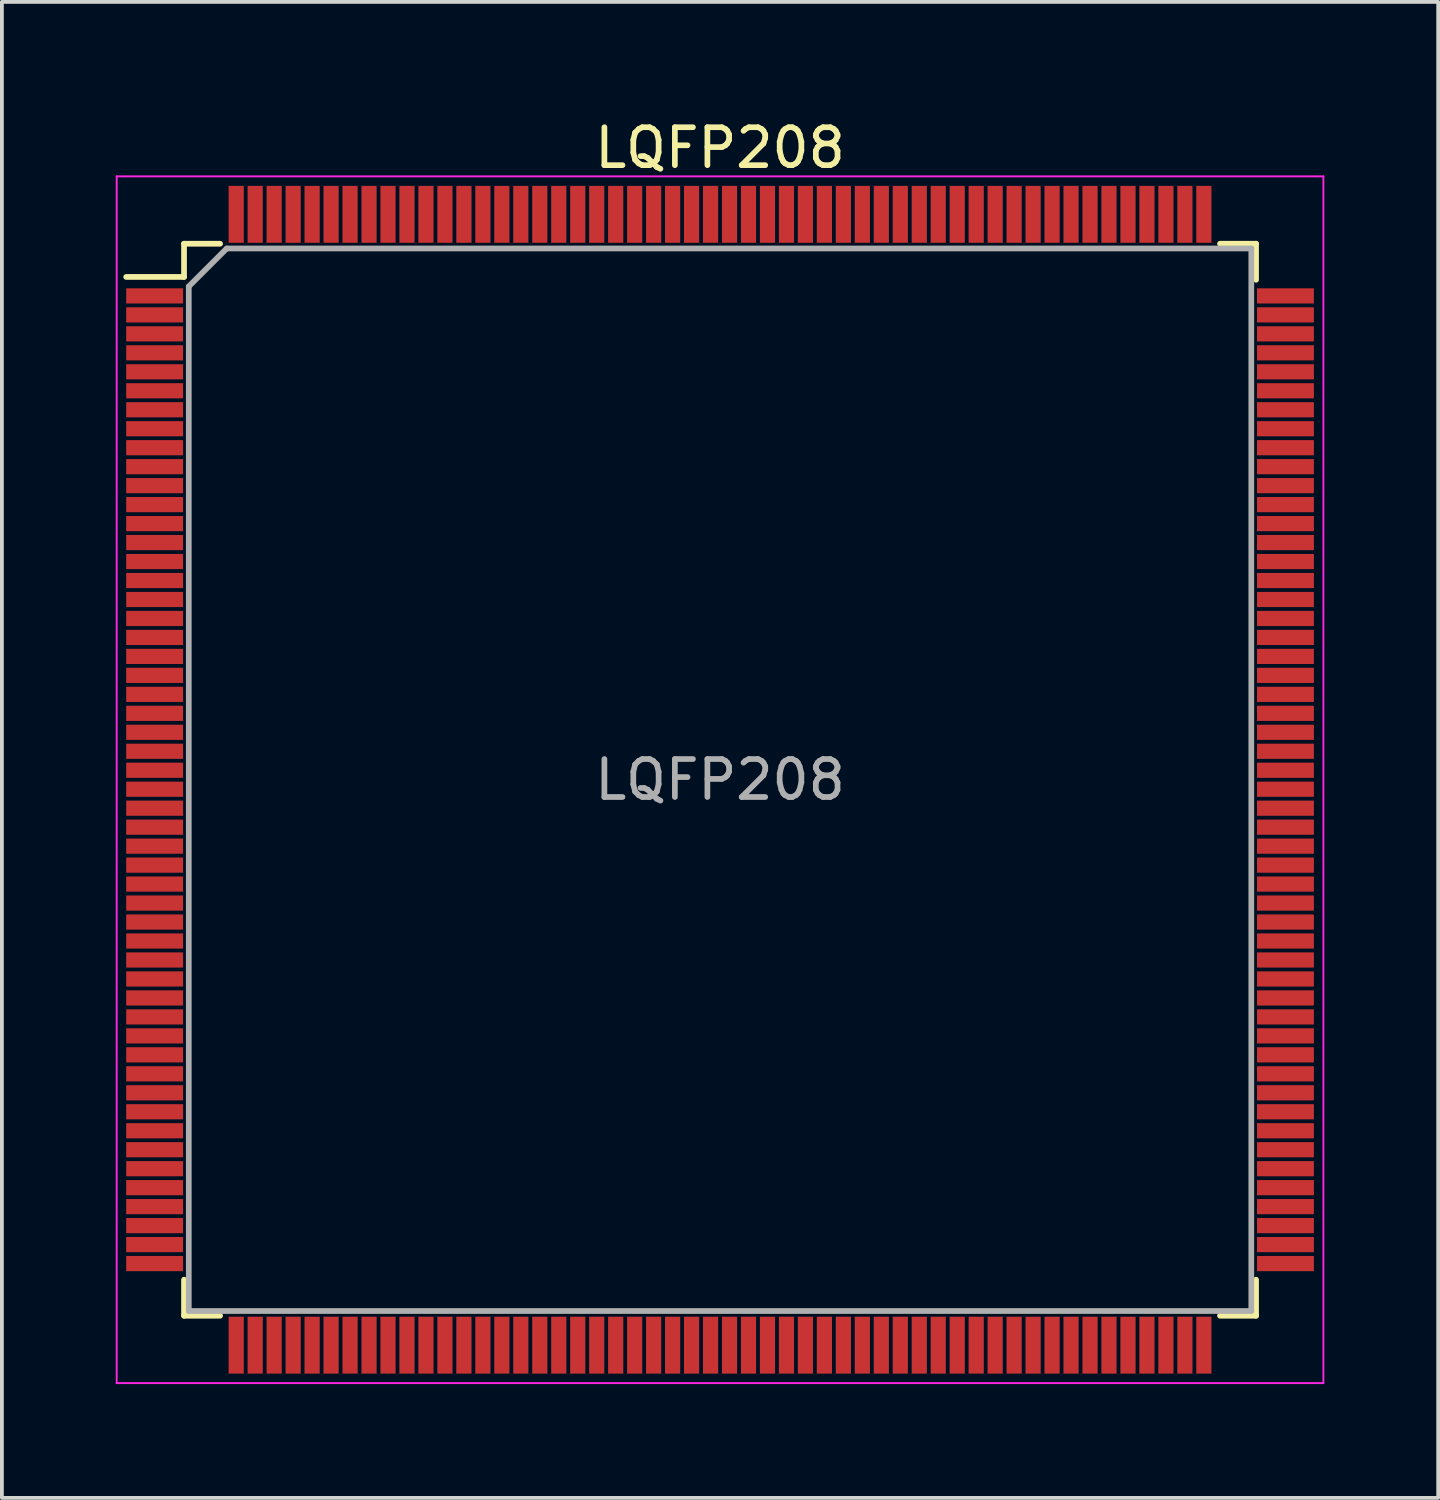
<source format=kicad_pcb>
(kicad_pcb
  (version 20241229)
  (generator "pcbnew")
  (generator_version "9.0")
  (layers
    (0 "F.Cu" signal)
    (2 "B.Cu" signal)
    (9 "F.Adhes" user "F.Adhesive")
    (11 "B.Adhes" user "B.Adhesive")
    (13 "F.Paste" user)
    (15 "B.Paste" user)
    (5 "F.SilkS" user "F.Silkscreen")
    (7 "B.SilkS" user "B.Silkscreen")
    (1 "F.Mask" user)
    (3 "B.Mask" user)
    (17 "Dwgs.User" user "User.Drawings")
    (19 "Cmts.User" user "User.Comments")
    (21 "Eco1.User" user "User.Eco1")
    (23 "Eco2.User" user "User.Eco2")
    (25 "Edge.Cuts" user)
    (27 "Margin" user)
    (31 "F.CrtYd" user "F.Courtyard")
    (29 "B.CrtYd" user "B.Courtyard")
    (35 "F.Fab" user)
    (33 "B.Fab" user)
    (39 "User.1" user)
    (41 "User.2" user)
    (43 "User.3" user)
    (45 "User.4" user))
  (footprint "LQFP208"
    (layer "F.Cu")
    (at 15.925 17.498)
    (property "Reference" "LQFP208" (at 0 -16.65 0) (layer "F.SilkS") (effects (font (size 1 1) (thickness 0.15))))
    (attr smd)
    (fp_line (start -14.125 -14.125) (end -14.125 -13.25) (stroke (width 0.15) (type solid)) (layer "F.SilkS"))
    (fp_line (start -14.125 -14.125) (end -13.175 -14.125) (stroke (width 0.15) (type solid)) (layer "F.SilkS"))
    (fp_line (start -14.125 -13.25) (end -15.65 -13.25) (stroke (width 0.15) (type solid)) (layer "F.SilkS"))
    (fp_line (start -14.125 14.125) (end -14.125 13.175) (stroke (width 0.15) (type solid)) (layer "F.SilkS"))
    (fp_line (start -14.125 14.125) (end -13.175 14.125) (stroke (width 0.15) (type solid)) (layer "F.SilkS"))
    (fp_line (start 14.125 -14.125) (end 13.175 -14.125) (stroke (width 0.15) (type solid)) (layer "F.SilkS"))
    (fp_line (start 14.125 -14.125) (end 14.125 -13.175) (stroke (width 0.15) (type solid)) (layer "F.SilkS"))
    (fp_line (start 14.125 14.125) (end 13.175 14.125) (stroke (width 0.15) (type solid)) (layer "F.SilkS"))
    (fp_line (start 14.125 14.125) (end 14.125 13.175) (stroke (width 0.15) (type solid)) (layer "F.SilkS"))
    (fp_line (start -15.9 -15.9) (end -15.9 15.9) (stroke (width 0.05) (type solid)) (layer "F.CrtYd"))
    (fp_line (start -15.9 -15.9) (end 15.9 -15.9) (stroke (width 0.05) (type solid)) (layer "F.CrtYd"))
    (fp_line (start -15.9 15.9) (end 15.9 15.9) (stroke (width 0.05) (type solid)) (layer "F.CrtYd"))
    (fp_line (start 15.9 -15.9) (end 15.9 15.9) (stroke (width 0.05) (type solid)) (layer "F.CrtYd"))
    (fp_line (start -14 -13) (end -13 -14) (stroke (width 0.15) (type solid)) (layer "F.Fab"))
    (fp_line (start -14 14) (end -14 -13) (stroke (width 0.15) (type solid)) (layer "F.Fab"))
    (fp_line (start -13 -14) (end 14 -14) (stroke (width 0.15) (type solid)) (layer "F.Fab"))
    (fp_line (start 14 -14) (end 14 14) (stroke (width 0.15) (type solid)) (layer "F.Fab"))
    (fp_line (start 14 14) (end -14 14) (stroke (width 0.15) (type solid)) (layer "F.Fab"))
    (fp_text user "${REFERENCE}" (at 0 0 0) (layer "F.Fab") (effects (font (size 1 1) (thickness 0.15))))
    (pad "1" smd rect (at -14.9 -12.75) (size 1.5 0.4) (layers "F.Cu" "F.Mask" "F.Paste"))
    (pad "2" smd rect (at -14.9 -12.25) (size 1.5 0.4) (layers "F.Cu" "F.Mask" "F.Paste"))
    (pad "3" smd rect (at -14.9 -11.75) (size 1.5 0.4) (layers "F.Cu" "F.Mask" "F.Paste"))
    (pad "4" smd rect (at -14.9 -11.25) (size 1.5 0.4) (layers "F.Cu" "F.Mask" "F.Paste"))
    (pad "5" smd rect (at -14.9 -10.75) (size 1.5 0.4) (layers "F.Cu" "F.Mask" "F.Paste"))
    (pad "6" smd rect (at -14.9 -10.25) (size 1.5 0.4) (layers "F.Cu" "F.Mask" "F.Paste"))
    (pad "7" smd rect (at -14.9 -9.75) (size 1.5 0.4) (layers "F.Cu" "F.Mask" "F.Paste"))
    (pad "8" smd rect (at -14.9 -9.25) (size 1.5 0.4) (layers "F.Cu" "F.Mask" "F.Paste"))
    (pad "9" smd rect (at -14.9 -8.75) (size 1.5 0.4) (layers "F.Cu" "F.Mask" "F.Paste"))
    (pad "10" smd rect (at -14.9 -8.25) (size 1.5 0.4) (layers "F.Cu" "F.Mask" "F.Paste"))
    (pad "11" smd rect (at -14.9 -7.75) (size 1.5 0.4) (layers "F.Cu" "F.Mask" "F.Paste"))
    (pad "12" smd rect (at -14.9 -7.25) (size 1.5 0.4) (layers "F.Cu" "F.Mask" "F.Paste"))
    (pad "13" smd rect (at -14.9 -6.75) (size 1.5 0.4) (layers "F.Cu" "F.Mask" "F.Paste"))
    (pad "14" smd rect (at -14.9 -6.25) (size 1.5 0.4) (layers "F.Cu" "F.Mask" "F.Paste"))
    (pad "15" smd rect (at -14.9 -5.75) (size 1.5 0.4) (layers "F.Cu" "F.Mask" "F.Paste"))
    (pad "16" smd rect (at -14.9 -5.25) (size 1.5 0.4) (layers "F.Cu" "F.Mask" "F.Paste"))
    (pad "17" smd rect (at -14.9 -4.75) (size 1.5 0.4) (layers "F.Cu" "F.Mask" "F.Paste"))
    (pad "18" smd rect (at -14.9 -4.25) (size 1.5 0.4) (layers "F.Cu" "F.Mask" "F.Paste"))
    (pad "19" smd rect (at -14.9 -3.75) (size 1.5 0.4) (layers "F.Cu" "F.Mask" "F.Paste"))
    (pad "20" smd rect (at -14.9 -3.25) (size 1.5 0.4) (layers "F.Cu" "F.Mask" "F.Paste"))
    (pad "21" smd rect (at -14.9 -2.75) (size 1.5 0.4) (layers "F.Cu" "F.Mask" "F.Paste"))
    (pad "22" smd rect (at -14.9 -2.25) (size 1.5 0.4) (layers "F.Cu" "F.Mask" "F.Paste"))
    (pad "23" smd rect (at -14.9 -1.75) (size 1.5 0.4) (layers "F.Cu" "F.Mask" "F.Paste"))
    (pad "24" smd rect (at -14.9 -1.25) (size 1.5 0.4) (layers "F.Cu" "F.Mask" "F.Paste"))
    (pad "25" smd rect (at -14.9 -0.75) (size 1.5 0.4) (layers "F.Cu" "F.Mask" "F.Paste"))
    (pad "26" smd rect (at -14.9 -0.25) (size 1.5 0.4) (layers "F.Cu" "F.Mask" "F.Paste"))
    (pad "27" smd rect (at -14.9 0.25) (size 1.5 0.4) (layers "F.Cu" "F.Mask" "F.Paste"))
    (pad "28" smd rect (at -14.9 0.75) (size 1.5 0.4) (layers "F.Cu" "F.Mask" "F.Paste"))
    (pad "29" smd rect (at -14.9 1.25) (size 1.5 0.4) (layers "F.Cu" "F.Mask" "F.Paste"))
    (pad "30" smd rect (at -14.9 1.75) (size 1.5 0.4) (layers "F.Cu" "F.Mask" "F.Paste"))
    (pad "31" smd rect (at -14.9 2.25) (size 1.5 0.4) (layers "F.Cu" "F.Mask" "F.Paste"))
    (pad "32" smd rect (at -14.9 2.75) (size 1.5 0.4) (layers "F.Cu" "F.Mask" "F.Paste"))
    (pad "33" smd rect (at -14.9 3.25) (size 1.5 0.4) (layers "F.Cu" "F.Mask" "F.Paste"))
    (pad "34" smd rect (at -14.9 3.75) (size 1.5 0.4) (layers "F.Cu" "F.Mask" "F.Paste"))
    (pad "35" smd rect (at -14.9 4.25) (size 1.5 0.4) (layers "F.Cu" "F.Mask" "F.Paste"))
    (pad "36" smd rect (at -14.9 4.75) (size 1.5 0.4) (layers "F.Cu" "F.Mask" "F.Paste"))
    (pad "37" smd rect (at -14.9 5.25) (size 1.5 0.4) (layers "F.Cu" "F.Mask" "F.Paste"))
    (pad "38" smd rect (at -14.9 5.75) (size 1.5 0.4) (layers "F.Cu" "F.Mask" "F.Paste"))
    (pad "39" smd rect (at -14.9 6.25) (size 1.5 0.4) (layers "F.Cu" "F.Mask" "F.Paste"))
    (pad "40" smd rect (at -14.9 6.75) (size 1.5 0.4) (layers "F.Cu" "F.Mask" "F.Paste"))
    (pad "41" smd rect (at -14.9 7.25) (size 1.5 0.4) (layers "F.Cu" "F.Mask" "F.Paste"))
    (pad "42" smd rect (at -14.9 7.75) (size 1.5 0.4) (layers "F.Cu" "F.Mask" "F.Paste"))
    (pad "43" smd rect (at -14.9 8.25) (size 1.5 0.4) (layers "F.Cu" "F.Mask" "F.Paste"))
    (pad "44" smd rect (at -14.9 8.75) (size 1.5 0.4) (layers "F.Cu" "F.Mask" "F.Paste"))
    (pad "45" smd rect (at -14.9 9.25) (size 1.5 0.4) (layers "F.Cu" "F.Mask" "F.Paste"))
    (pad "46" smd rect (at -14.9 9.75) (size 1.5 0.4) (layers "F.Cu" "F.Mask" "F.Paste"))
    (pad "47" smd rect (at -14.9 10.25) (size 1.5 0.4) (layers "F.Cu" "F.Mask" "F.Paste"))
    (pad "48" smd rect (at -14.9 10.75) (size 1.5 0.4) (layers "F.Cu" "F.Mask" "F.Paste"))
    (pad "49" smd rect (at -14.9 11.25) (size 1.5 0.4) (layers "F.Cu" "F.Mask" "F.Paste"))
    (pad "50" smd rect (at -14.9 11.75) (size 1.5 0.4) (layers "F.Cu" "F.Mask" "F.Paste"))
    (pad "51" smd rect (at -14.9 12.25) (size 1.5 0.4) (layers "F.Cu" "F.Mask" "F.Paste"))
    (pad "52" smd rect (at -14.9 12.75) (size 1.5 0.4) (layers "F.Cu" "F.Mask" "F.Paste"))
    (pad "53" smd rect (at -12.75 14.9 90) (size 1.5 0.4) (layers "F.Cu" "F.Mask" "F.Paste"))
    (pad "54" smd rect (at -12.25 14.9 90) (size 1.5 0.4) (layers "F.Cu" "F.Mask" "F.Paste"))
    (pad "55" smd rect (at -11.75 14.9 90) (size 1.5 0.4) (layers "F.Cu" "F.Mask" "F.Paste"))
    (pad "56" smd rect (at -11.25 14.9 90) (size 1.5 0.4) (layers "F.Cu" "F.Mask" "F.Paste"))
    (pad "57" smd rect (at -10.75 14.9 90) (size 1.5 0.4) (layers "F.Cu" "F.Mask" "F.Paste"))
    (pad "58" smd rect (at -10.25 14.9 90) (size 1.5 0.4) (layers "F.Cu" "F.Mask" "F.Paste"))
    (pad "59" smd rect (at -9.75 14.9 90) (size 1.5 0.4) (layers "F.Cu" "F.Mask" "F.Paste"))
    (pad "60" smd rect (at -9.25 14.9 90) (size 1.5 0.4) (layers "F.Cu" "F.Mask" "F.Paste"))
    (pad "61" smd rect (at -8.75 14.9 90) (size 1.5 0.4) (layers "F.Cu" "F.Mask" "F.Paste"))
    (pad "62" smd rect (at -8.25 14.9 90) (size 1.5 0.4) (layers "F.Cu" "F.Mask" "F.Paste"))
    (pad "63" smd rect (at -7.75 14.9 90) (size 1.5 0.4) (layers "F.Cu" "F.Mask" "F.Paste"))
    (pad "64" smd rect (at -7.25 14.9 90) (size 1.5 0.4) (layers "F.Cu" "F.Mask" "F.Paste"))
    (pad "65" smd rect (at -6.75 14.9 90) (size 1.5 0.4) (layers "F.Cu" "F.Mask" "F.Paste"))
    (pad "66" smd rect (at -6.25 14.9 90) (size 1.5 0.4) (layers "F.Cu" "F.Mask" "F.Paste"))
    (pad "67" smd rect (at -5.75 14.9 90) (size 1.5 0.4) (layers "F.Cu" "F.Mask" "F.Paste"))
    (pad "68" smd rect (at -5.25 14.9 90) (size 1.5 0.4) (layers "F.Cu" "F.Mask" "F.Paste"))
    (pad "69" smd rect (at -4.75 14.9 90) (size 1.5 0.4) (layers "F.Cu" "F.Mask" "F.Paste"))
    (pad "70" smd rect (at -4.25 14.9 90) (size 1.5 0.4) (layers "F.Cu" "F.Mask" "F.Paste"))
    (pad "71" smd rect (at -3.75 14.9 90) (size 1.5 0.4) (layers "F.Cu" "F.Mask" "F.Paste"))
    (pad "72" smd rect (at -3.25 14.9 90) (size 1.5 0.4) (layers "F.Cu" "F.Mask" "F.Paste"))
    (pad "73" smd rect (at -2.75 14.9 90) (size 1.5 0.4) (layers "F.Cu" "F.Mask" "F.Paste"))
    (pad "74" smd rect (at -2.25 14.9 90) (size 1.5 0.4) (layers "F.Cu" "F.Mask" "F.Paste"))
    (pad "75" smd rect (at -1.75 14.9 90) (size 1.5 0.4) (layers "F.Cu" "F.Mask" "F.Paste"))
    (pad "76" smd rect (at -1.25 14.9 90) (size 1.5 0.4) (layers "F.Cu" "F.Mask" "F.Paste"))
    (pad "77" smd rect (at -0.75 14.9 90) (size 1.5 0.4) (layers "F.Cu" "F.Mask" "F.Paste"))
    (pad "78" smd rect (at -0.25 14.9 90) (size 1.5 0.4) (layers "F.Cu" "F.Mask" "F.Paste"))
    (pad "79" smd rect (at 0.25 14.9 90) (size 1.5 0.4) (layers "F.Cu" "F.Mask" "F.Paste"))
    (pad "80" smd rect (at 0.75 14.9 90) (size 1.5 0.4) (layers "F.Cu" "F.Mask" "F.Paste"))
    (pad "81" smd rect (at 1.25 14.9 90) (size 1.5 0.4) (layers "F.Cu" "F.Mask" "F.Paste"))
    (pad "82" smd rect (at 1.75 14.9 90) (size 1.5 0.4) (layers "F.Cu" "F.Mask" "F.Paste"))
    (pad "83" smd rect (at 2.25 14.9 90) (size 1.5 0.4) (layers "F.Cu" "F.Mask" "F.Paste"))
    (pad "84" smd rect (at 2.75 14.9 90) (size 1.5 0.4) (layers "F.Cu" "F.Mask" "F.Paste"))
    (pad "85" smd rect (at 3.25 14.9 90) (size 1.5 0.4) (layers "F.Cu" "F.Mask" "F.Paste"))
    (pad "86" smd rect (at 3.75 14.9 90) (size 1.5 0.4) (layers "F.Cu" "F.Mask" "F.Paste"))
    (pad "87" smd rect (at 4.25 14.9 90) (size 1.5 0.4) (layers "F.Cu" "F.Mask" "F.Paste"))
    (pad "88" smd rect (at 4.75 14.9 90) (size 1.5 0.4) (layers "F.Cu" "F.Mask" "F.Paste"))
    (pad "89" smd rect (at 5.25 14.9 90) (size 1.5 0.4) (layers "F.Cu" "F.Mask" "F.Paste"))
    (pad "90" smd rect (at 5.75 14.9 90) (size 1.5 0.4) (layers "F.Cu" "F.Mask" "F.Paste"))
    (pad "91" smd rect (at 6.25 14.9 90) (size 1.5 0.4) (layers "F.Cu" "F.Mask" "F.Paste"))
    (pad "92" smd rect (at 6.75 14.9 90) (size 1.5 0.4) (layers "F.Cu" "F.Mask" "F.Paste"))
    (pad "93" smd rect (at 7.25 14.9 90) (size 1.5 0.4) (layers "F.Cu" "F.Mask" "F.Paste"))
    (pad "94" smd rect (at 7.75 14.9 90) (size 1.5 0.4) (layers "F.Cu" "F.Mask" "F.Paste"))
    (pad "95" smd rect (at 8.25 14.9 90) (size 1.5 0.4) (layers "F.Cu" "F.Mask" "F.Paste"))
    (pad "96" smd rect (at 8.75 14.9 90) (size 1.5 0.4) (layers "F.Cu" "F.Mask" "F.Paste"))
    (pad "97" smd rect (at 9.25 14.9 90) (size 1.5 0.4) (layers "F.Cu" "F.Mask" "F.Paste"))
    (pad "98" smd rect (at 9.75 14.9 90) (size 1.5 0.4) (layers "F.Cu" "F.Mask" "F.Paste"))
    (pad "99" smd rect (at 10.25 14.9 90) (size 1.5 0.4) (layers "F.Cu" "F.Mask" "F.Paste"))
    (pad "100" smd rect (at 10.75 14.9 90) (size 1.5 0.4) (layers "F.Cu" "F.Mask" "F.Paste"))
    (pad "101" smd rect (at 11.25 14.9 90) (size 1.5 0.4) (layers "F.Cu" "F.Mask" "F.Paste"))
    (pad "102" smd rect (at 11.75 14.9 90) (size 1.5 0.4) (layers "F.Cu" "F.Mask" "F.Paste"))
    (pad "103" smd rect (at 12.25 14.9 90) (size 1.5 0.4) (layers "F.Cu" "F.Mask" "F.Paste"))
    (pad "104" smd rect (at 12.75 14.9 90) (size 1.5 0.4) (layers "F.Cu" "F.Mask" "F.Paste"))
    (pad "105" smd rect (at 14.9 12.75) (size 1.5 0.4) (layers "F.Cu" "F.Mask" "F.Paste"))
    (pad "106" smd rect (at 14.9 12.25) (size 1.5 0.4) (layers "F.Cu" "F.Mask" "F.Paste"))
    (pad "107" smd rect (at 14.9 11.75) (size 1.5 0.4) (layers "F.Cu" "F.Mask" "F.Paste"))
    (pad "108" smd rect (at 14.9 11.25) (size 1.5 0.4) (layers "F.Cu" "F.Mask" "F.Paste"))
    (pad "109" smd rect (at 14.9 10.75) (size 1.5 0.4) (layers "F.Cu" "F.Mask" "F.Paste"))
    (pad "110" smd rect (at 14.9 10.25) (size 1.5 0.4) (layers "F.Cu" "F.Mask" "F.Paste"))
    (pad "111" smd rect (at 14.9 9.75) (size 1.5 0.4) (layers "F.Cu" "F.Mask" "F.Paste"))
    (pad "112" smd rect (at 14.9 9.25) (size 1.5 0.4) (layers "F.Cu" "F.Mask" "F.Paste"))
    (pad "113" smd rect (at 14.9 8.75) (size 1.5 0.4) (layers "F.Cu" "F.Mask" "F.Paste"))
    (pad "114" smd rect (at 14.9 8.25) (size 1.5 0.4) (layers "F.Cu" "F.Mask" "F.Paste"))
    (pad "115" smd rect (at 14.9 7.75) (size 1.5 0.4) (layers "F.Cu" "F.Mask" "F.Paste"))
    (pad "116" smd rect (at 14.9 7.25) (size 1.5 0.4) (layers "F.Cu" "F.Mask" "F.Paste"))
    (pad "117" smd rect (at 14.9 6.75) (size 1.5 0.4) (layers "F.Cu" "F.Mask" "F.Paste"))
    (pad "118" smd rect (at 14.9 6.25) (size 1.5 0.4) (layers "F.Cu" "F.Mask" "F.Paste"))
    (pad "119" smd rect (at 14.9 5.75) (size 1.5 0.4) (layers "F.Cu" "F.Mask" "F.Paste"))
    (pad "120" smd rect (at 14.9 5.25) (size 1.5 0.4) (layers "F.Cu" "F.Mask" "F.Paste"))
    (pad "121" smd rect (at 14.9 4.75) (size 1.5 0.4) (layers "F.Cu" "F.Mask" "F.Paste"))
    (pad "122" smd rect (at 14.9 4.25) (size 1.5 0.4) (layers "F.Cu" "F.Mask" "F.Paste"))
    (pad "123" smd rect (at 14.9 3.75) (size 1.5 0.4) (layers "F.Cu" "F.Mask" "F.Paste"))
    (pad "124" smd rect (at 14.9 3.25) (size 1.5 0.4) (layers "F.Cu" "F.Mask" "F.Paste"))
    (pad "125" smd rect (at 14.9 2.75) (size 1.5 0.4) (layers "F.Cu" "F.Mask" "F.Paste"))
    (pad "126" smd rect (at 14.9 2.25) (size 1.5 0.4) (layers "F.Cu" "F.Mask" "F.Paste"))
    (pad "127" smd rect (at 14.9 1.75) (size 1.5 0.4) (layers "F.Cu" "F.Mask" "F.Paste"))
    (pad "128" smd rect (at 14.9 1.25) (size 1.5 0.4) (layers "F.Cu" "F.Mask" "F.Paste"))
    (pad "129" smd rect (at 14.9 0.75) (size 1.5 0.4) (layers "F.Cu" "F.Mask" "F.Paste"))
    (pad "130" smd rect (at 14.9 0.25) (size 1.5 0.4) (layers "F.Cu" "F.Mask" "F.Paste"))
    (pad "131" smd rect (at 14.9 -0.25) (size 1.5 0.4) (layers "F.Cu" "F.Mask" "F.Paste"))
    (pad "132" smd rect (at 14.9 -0.75) (size 1.5 0.4) (layers "F.Cu" "F.Mask" "F.Paste"))
    (pad "133" smd rect (at 14.9 -1.25) (size 1.5 0.4) (layers "F.Cu" "F.Mask" "F.Paste"))
    (pad "134" smd rect (at 14.9 -1.75) (size 1.5 0.4) (layers "F.Cu" "F.Mask" "F.Paste"))
    (pad "135" smd rect (at 14.9 -2.25) (size 1.5 0.4) (layers "F.Cu" "F.Mask" "F.Paste"))
    (pad "136" smd rect (at 14.9 -2.75) (size 1.5 0.4) (layers "F.Cu" "F.Mask" "F.Paste"))
    (pad "137" smd rect (at 14.9 -3.25) (size 1.5 0.4) (layers "F.Cu" "F.Mask" "F.Paste"))
    (pad "138" smd rect (at 14.9 -3.75) (size 1.5 0.4) (layers "F.Cu" "F.Mask" "F.Paste"))
    (pad "139" smd rect (at 14.9 -4.25) (size 1.5 0.4) (layers "F.Cu" "F.Mask" "F.Paste"))
    (pad "140" smd rect (at 14.9 -4.75) (size 1.5 0.4) (layers "F.Cu" "F.Mask" "F.Paste"))
    (pad "141" smd rect (at 14.9 -5.25) (size 1.5 0.4) (layers "F.Cu" "F.Mask" "F.Paste"))
    (pad "142" smd rect (at 14.9 -5.75) (size 1.5 0.4) (layers "F.Cu" "F.Mask" "F.Paste"))
    (pad "143" smd rect (at 14.9 -6.25) (size 1.5 0.4) (layers "F.Cu" "F.Mask" "F.Paste"))
    (pad "144" smd rect (at 14.9 -6.75) (size 1.5 0.4) (layers "F.Cu" "F.Mask" "F.Paste"))
    (pad "145" smd rect (at 14.9 -7.25) (size 1.5 0.4) (layers "F.Cu" "F.Mask" "F.Paste"))
    (pad "146" smd rect (at 14.9 -7.75) (size 1.5 0.4) (layers "F.Cu" "F.Mask" "F.Paste"))
    (pad "147" smd rect (at 14.9 -8.25) (size 1.5 0.4) (layers "F.Cu" "F.Mask" "F.Paste"))
    (pad "148" smd rect (at 14.9 -8.75) (size 1.5 0.4) (layers "F.Cu" "F.Mask" "F.Paste"))
    (pad "149" smd rect (at 14.9 -9.25) (size 1.5 0.4) (layers "F.Cu" "F.Mask" "F.Paste"))
    (pad "150" smd rect (at 14.9 -9.75) (size 1.5 0.4) (layers "F.Cu" "F.Mask" "F.Paste"))
    (pad "151" smd rect (at 14.9 -10.25) (size 1.5 0.4) (layers "F.Cu" "F.Mask" "F.Paste"))
    (pad "152" smd rect (at 14.9 -10.75) (size 1.5 0.4) (layers "F.Cu" "F.Mask" "F.Paste"))
    (pad "153" smd rect (at 14.9 -11.25) (size 1.5 0.4) (layers "F.Cu" "F.Mask" "F.Paste"))
    (pad "154" smd rect (at 14.9 -11.75) (size 1.5 0.4) (layers "F.Cu" "F.Mask" "F.Paste"))
    (pad "155" smd rect (at 14.9 -12.25) (size 1.5 0.4) (layers "F.Cu" "F.Mask" "F.Paste"))
    (pad "156" smd rect (at 14.9 -12.75) (size 1.5 0.4) (layers "F.Cu" "F.Mask" "F.Paste"))
    (pad "157" smd rect (at 12.75 -14.9 90) (size 1.5 0.4) (layers "F.Cu" "F.Mask" "F.Paste"))
    (pad "158" smd rect (at 12.25 -14.9 90) (size 1.5 0.4) (layers "F.Cu" "F.Mask" "F.Paste"))
    (pad "159" smd rect (at 11.75 -14.9 90) (size 1.5 0.4) (layers "F.Cu" "F.Mask" "F.Paste"))
    (pad "160" smd rect (at 11.25 -14.9 90) (size 1.5 0.4) (layers "F.Cu" "F.Mask" "F.Paste"))
    (pad "161" smd rect (at 10.75 -14.9 90) (size 1.5 0.4) (layers "F.Cu" "F.Mask" "F.Paste"))
    (pad "162" smd rect (at 10.25 -14.9 90) (size 1.5 0.4) (layers "F.Cu" "F.Mask" "F.Paste"))
    (pad "163" smd rect (at 9.75 -14.9 90) (size 1.5 0.4) (layers "F.Cu" "F.Mask" "F.Paste"))
    (pad "164" smd rect (at 9.25 -14.9 90) (size 1.5 0.4) (layers "F.Cu" "F.Mask" "F.Paste"))
    (pad "165" smd rect (at 8.75 -14.9 90) (size 1.5 0.4) (layers "F.Cu" "F.Mask" "F.Paste"))
    (pad "166" smd rect (at 8.25 -14.9 90) (size 1.5 0.4) (layers "F.Cu" "F.Mask" "F.Paste"))
    (pad "167" smd rect (at 7.75 -14.9 90) (size 1.5 0.4) (layers "F.Cu" "F.Mask" "F.Paste"))
    (pad "168" smd rect (at 7.25 -14.9 90) (size 1.5 0.4) (layers "F.Cu" "F.Mask" "F.Paste"))
    (pad "169" smd rect (at 6.75 -14.9 90) (size 1.5 0.4) (layers "F.Cu" "F.Mask" "F.Paste"))
    (pad "170" smd rect (at 6.25 -14.9 90) (size 1.5 0.4) (layers "F.Cu" "F.Mask" "F.Paste"))
    (pad "171" smd rect (at 5.75 -14.9 90) (size 1.5 0.4) (layers "F.Cu" "F.Mask" "F.Paste"))
    (pad "172" smd rect (at 5.25 -14.9 90) (size 1.5 0.4) (layers "F.Cu" "F.Mask" "F.Paste"))
    (pad "173" smd rect (at 4.75 -14.9 90) (size 1.5 0.4) (layers "F.Cu" "F.Mask" "F.Paste"))
    (pad "174" smd rect (at 4.25 -14.9 90) (size 1.5 0.4) (layers "F.Cu" "F.Mask" "F.Paste"))
    (pad "175" smd rect (at 3.75 -14.9 90) (size 1.5 0.4) (layers "F.Cu" "F.Mask" "F.Paste"))
    (pad "176" smd rect (at 3.25 -14.9 90) (size 1.5 0.4) (layers "F.Cu" "F.Mask" "F.Paste"))
    (pad "177" smd rect (at 2.75 -14.9 90) (size 1.5 0.4) (layers "F.Cu" "F.Mask" "F.Paste"))
    (pad "178" smd rect (at 2.25 -14.9 90) (size 1.5 0.4) (layers "F.Cu" "F.Mask" "F.Paste"))
    (pad "179" smd rect (at 1.75 -14.9 90) (size 1.5 0.4) (layers "F.Cu" "F.Mask" "F.Paste"))
    (pad "180" smd rect (at 1.25 -14.9 90) (size 1.5 0.4) (layers "F.Cu" "F.Mask" "F.Paste"))
    (pad "181" smd rect (at 0.75 -14.9 90) (size 1.5 0.4) (layers "F.Cu" "F.Mask" "F.Paste"))
    (pad "182" smd rect (at 0.25 -14.9 90) (size 1.5 0.4) (layers "F.Cu" "F.Mask" "F.Paste"))
    (pad "183" smd rect (at -0.25 -14.9 90) (size 1.5 0.4) (layers "F.Cu" "F.Mask" "F.Paste"))
    (pad "184" smd rect (at -0.75 -14.9 90) (size 1.5 0.4) (layers "F.Cu" "F.Mask" "F.Paste"))
    (pad "185" smd rect (at -1.25 -14.9 90) (size 1.5 0.4) (layers "F.Cu" "F.Mask" "F.Paste"))
    (pad "186" smd rect (at -1.75 -14.9 90) (size 1.5 0.4) (layers "F.Cu" "F.Mask" "F.Paste"))
    (pad "187" smd rect (at -2.25 -14.9 90) (size 1.5 0.4) (layers "F.Cu" "F.Mask" "F.Paste"))
    (pad "188" smd rect (at -2.75 -14.9 90) (size 1.5 0.4) (layers "F.Cu" "F.Mask" "F.Paste"))
    (pad "189" smd rect (at -3.25 -14.9 90) (size 1.5 0.4) (layers "F.Cu" "F.Mask" "F.Paste"))
    (pad "190" smd rect (at -3.75 -14.9 90) (size 1.5 0.4) (layers "F.Cu" "F.Mask" "F.Paste"))
    (pad "191" smd rect (at -4.25 -14.9 90) (size 1.5 0.4) (layers "F.Cu" "F.Mask" "F.Paste"))
    (pad "192" smd rect (at -4.75 -14.9 90) (size 1.5 0.4) (layers "F.Cu" "F.Mask" "F.Paste"))
    (pad "193" smd rect (at -5.25 -14.9 90) (size 1.5 0.4) (layers "F.Cu" "F.Mask" "F.Paste"))
    (pad "194" smd rect (at -5.75 -14.9 90) (size 1.5 0.4) (layers "F.Cu" "F.Mask" "F.Paste"))
    (pad "195" smd rect (at -6.25 -14.9 90) (size 1.5 0.4) (layers "F.Cu" "F.Mask" "F.Paste"))
    (pad "196" smd rect (at -6.75 -14.9 90) (size 1.5 0.4) (layers "F.Cu" "F.Mask" "F.Paste"))
    (pad "197" smd rect (at -7.25 -14.9 90) (size 1.5 0.4) (layers "F.Cu" "F.Mask" "F.Paste"))
    (pad "198" smd rect (at -7.75 -14.9 90) (size 1.5 0.4) (layers "F.Cu" "F.Mask" "F.Paste"))
    (pad "199" smd rect (at -8.25 -14.9 90) (size 1.5 0.4) (layers "F.Cu" "F.Mask" "F.Paste"))
    (pad "200" smd rect (at -8.75 -14.9 90) (size 1.5 0.4) (layers "F.Cu" "F.Mask" "F.Paste"))
    (pad "201" smd rect (at -9.25 -14.9 90) (size 1.5 0.4) (layers "F.Cu" "F.Mask" "F.Paste"))
    (pad "202" smd rect (at -9.75 -14.9 90) (size 1.5 0.4) (layers "F.Cu" "F.Mask" "F.Paste"))
    (pad "203" smd rect (at -10.25 -14.9 90) (size 1.5 0.4) (layers "F.Cu" "F.Mask" "F.Paste"))
    (pad "204" smd rect (at -10.75 -14.9 90) (size 1.5 0.4) (layers "F.Cu" "F.Mask" "F.Paste"))
    (pad "205" smd rect (at -11.25 -14.9 90) (size 1.5 0.4) (layers "F.Cu" "F.Mask" "F.Paste"))
    (pad "206" smd rect (at -11.75 -14.9 90) (size 1.5 0.4) (layers "F.Cu" "F.Mask" "F.Paste"))
    (pad "207" smd rect (at -12.25 -14.9 90) (size 1.5 0.4) (layers "F.Cu" "F.Mask" "F.Paste"))
    (pad "208" smd rect (at -12.75 -14.9 90) (size 1.5 0.4) (layers "F.Cu" "F.Mask" "F.Paste")))
  (gr_rect
    (start -3 -3)
    (end 34.85 36.423)
    (stroke (width 0.1) (type default))
    (fill no)
    (layer "Edge.Cuts")))
</source>
